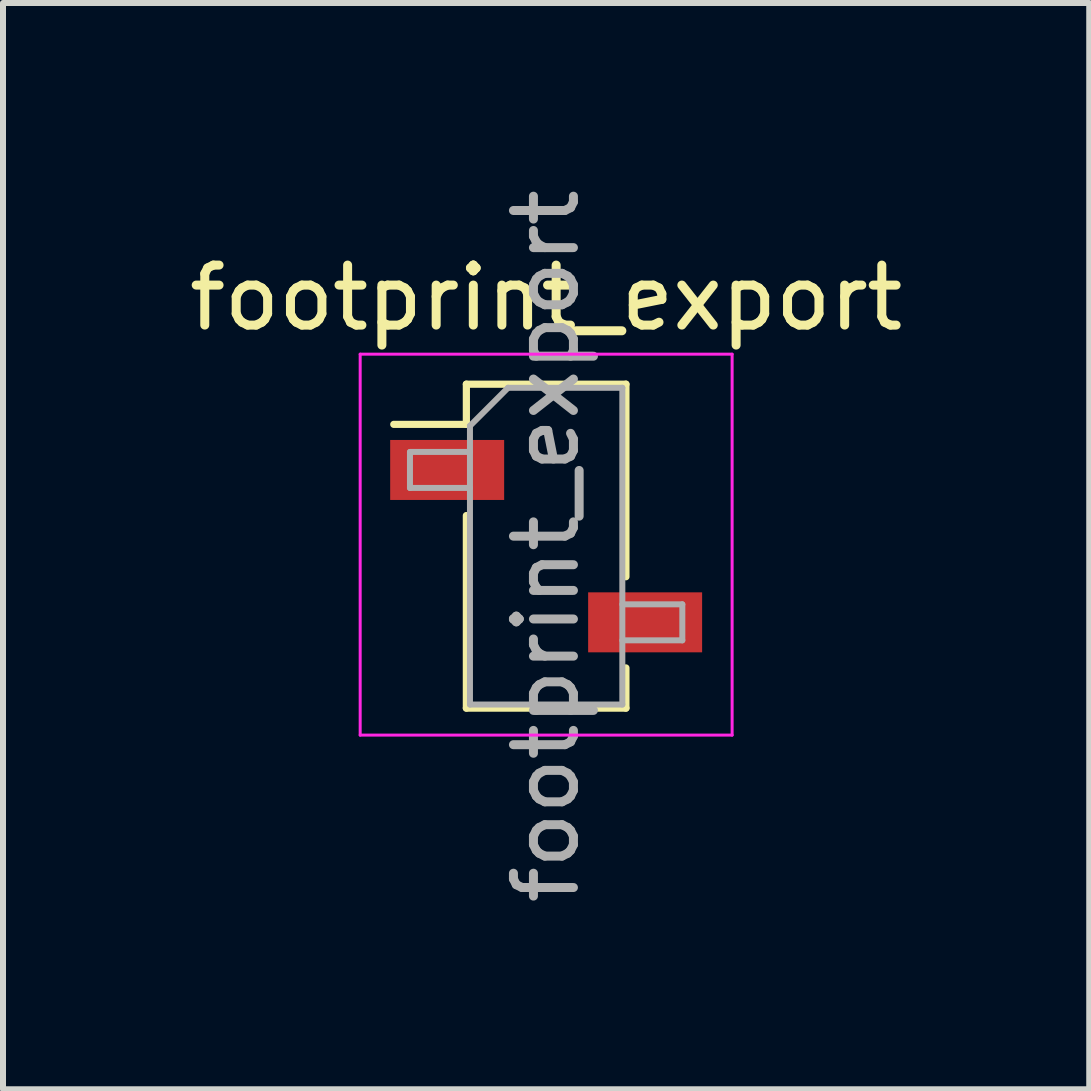
<source format=kicad_pcb>
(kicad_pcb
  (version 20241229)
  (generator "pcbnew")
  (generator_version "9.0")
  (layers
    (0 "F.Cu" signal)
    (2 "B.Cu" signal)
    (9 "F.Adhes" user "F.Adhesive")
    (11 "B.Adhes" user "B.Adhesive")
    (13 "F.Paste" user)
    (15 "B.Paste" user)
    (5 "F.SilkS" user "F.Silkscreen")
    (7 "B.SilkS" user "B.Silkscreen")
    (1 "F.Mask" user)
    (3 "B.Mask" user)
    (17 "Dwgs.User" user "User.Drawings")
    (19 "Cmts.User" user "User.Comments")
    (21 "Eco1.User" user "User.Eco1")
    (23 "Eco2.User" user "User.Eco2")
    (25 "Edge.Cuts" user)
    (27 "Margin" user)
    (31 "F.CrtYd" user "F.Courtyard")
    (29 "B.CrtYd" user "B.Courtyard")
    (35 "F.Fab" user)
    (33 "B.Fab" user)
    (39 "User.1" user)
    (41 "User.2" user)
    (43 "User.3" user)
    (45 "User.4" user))
  (footprint "footprint_export"
    (layer "F.Cu")
    (at 6.054 6.054)
    (property "Reference" "footprint_export" (at 0 -4.14 0) (layer "F.SilkS") (effects (font (size 1 1) (thickness 0.15))))
    (attr smd)
    (fp_line (start -2.54 -2.03) (end -1.33 -2.03) (stroke (width 0.12) (type solid)) (layer "F.SilkS"))
    (fp_line (start -1.33 -2.7) (end -1.33 -2.03) (stroke (width 0.12) (type solid)) (layer "F.SilkS"))
    (fp_line (start -1.33 -2.7) (end 1.33 -2.7) (stroke (width 0.12) (type solid)) (layer "F.SilkS"))
    (fp_line (start -1.33 -0.51) (end -1.33 2.7) (stroke (width 0.12) (type solid)) (layer "F.SilkS"))
    (fp_line (start -1.33 2.7) (end 1.33 2.7) (stroke (width 0.12) (type solid)) (layer "F.SilkS"))
    (fp_line (start 1.33 -2.7) (end 1.33 0.51) (stroke (width 0.12) (type solid)) (layer "F.SilkS"))
    (fp_line (start 1.33 2.03) (end 1.33 2.7) (stroke (width 0.12) (type solid)) (layer "F.SilkS"))
    (fp_line (start -3.1 -3.2) (end 3.1 -3.2) (stroke (width 0.05) (type solid)) (layer "F.CrtYd"))
    (fp_line (start -3.1 3.15) (end -3.1 -3.2) (stroke (width 0.05) (type solid)) (layer "F.CrtYd"))
    (fp_line (start 3.1 -3.2) (end 3.1 3.15) (stroke (width 0.05) (type solid)) (layer "F.CrtYd"))
    (fp_line (start 3.1 3.15) (end -3.1 3.15) (stroke (width 0.05) (type solid)) (layer "F.CrtYd"))
    (fp_line (start -2.27 -1.57) (end -1.27 -1.57) (stroke (width 0.1) (type solid)) (layer "F.Fab"))
    (fp_line (start -2.27 -0.97) (end -2.27 -1.57) (stroke (width 0.1) (type solid)) (layer "F.Fab"))
    (fp_line (start -1.27 -2.005) (end -0.635 -2.64) (stroke (width 0.1) (type solid)) (layer "F.Fab"))
    (fp_line (start -1.27 -0.97) (end -2.27 -0.97) (stroke (width 0.1) (type solid)) (layer "F.Fab"))
    (fp_line (start -1.27 2.64) (end -1.27 -2.005) (stroke (width 0.1) (type solid)) (layer "F.Fab"))
    (fp_line (start -0.635 -2.64) (end 1.27 -2.64) (stroke (width 0.1) (type solid)) (layer "F.Fab"))
    (fp_line (start 1.27 -2.64) (end 1.27 2.64) (stroke (width 0.1) (type solid)) (layer "F.Fab"))
    (fp_line (start 1.27 0.97) (end 2.27 0.97) (stroke (width 0.1) (type solid)) (layer "F.Fab"))
    (fp_line (start 1.27 2.64) (end -1.27 2.64) (stroke (width 0.1) (type solid)) (layer "F.Fab"))
    (fp_line (start 2.27 0.97) (end 2.27 1.57) (stroke (width 0.1) (type solid)) (layer "F.Fab"))
    (fp_line (start 2.27 1.57) (end 1.27 1.57) (stroke (width 0.1) (type solid)) (layer "F.Fab"))
    (fp_text user "${REFERENCE}" (at 0 0 90) (layer "F.Fab") (effects (font (size 1 1) (thickness 0.15))))
    (pad "1" smd rect (at -1.65 -1.27) (size 1.9 1) (layers "F.Cu" "F.Mask" "F.Paste"))
    (pad "2" smd rect (at 1.65 1.27) (size 1.9 1) (layers "F.Cu" "F.Mask" "F.Paste")))
  (gr_rect
    (start -3 -3)
    (end 15.107 15.107)
    (stroke (width 0.1) (type default))
    (fill no)
    (layer "Edge.Cuts")))
</source>
